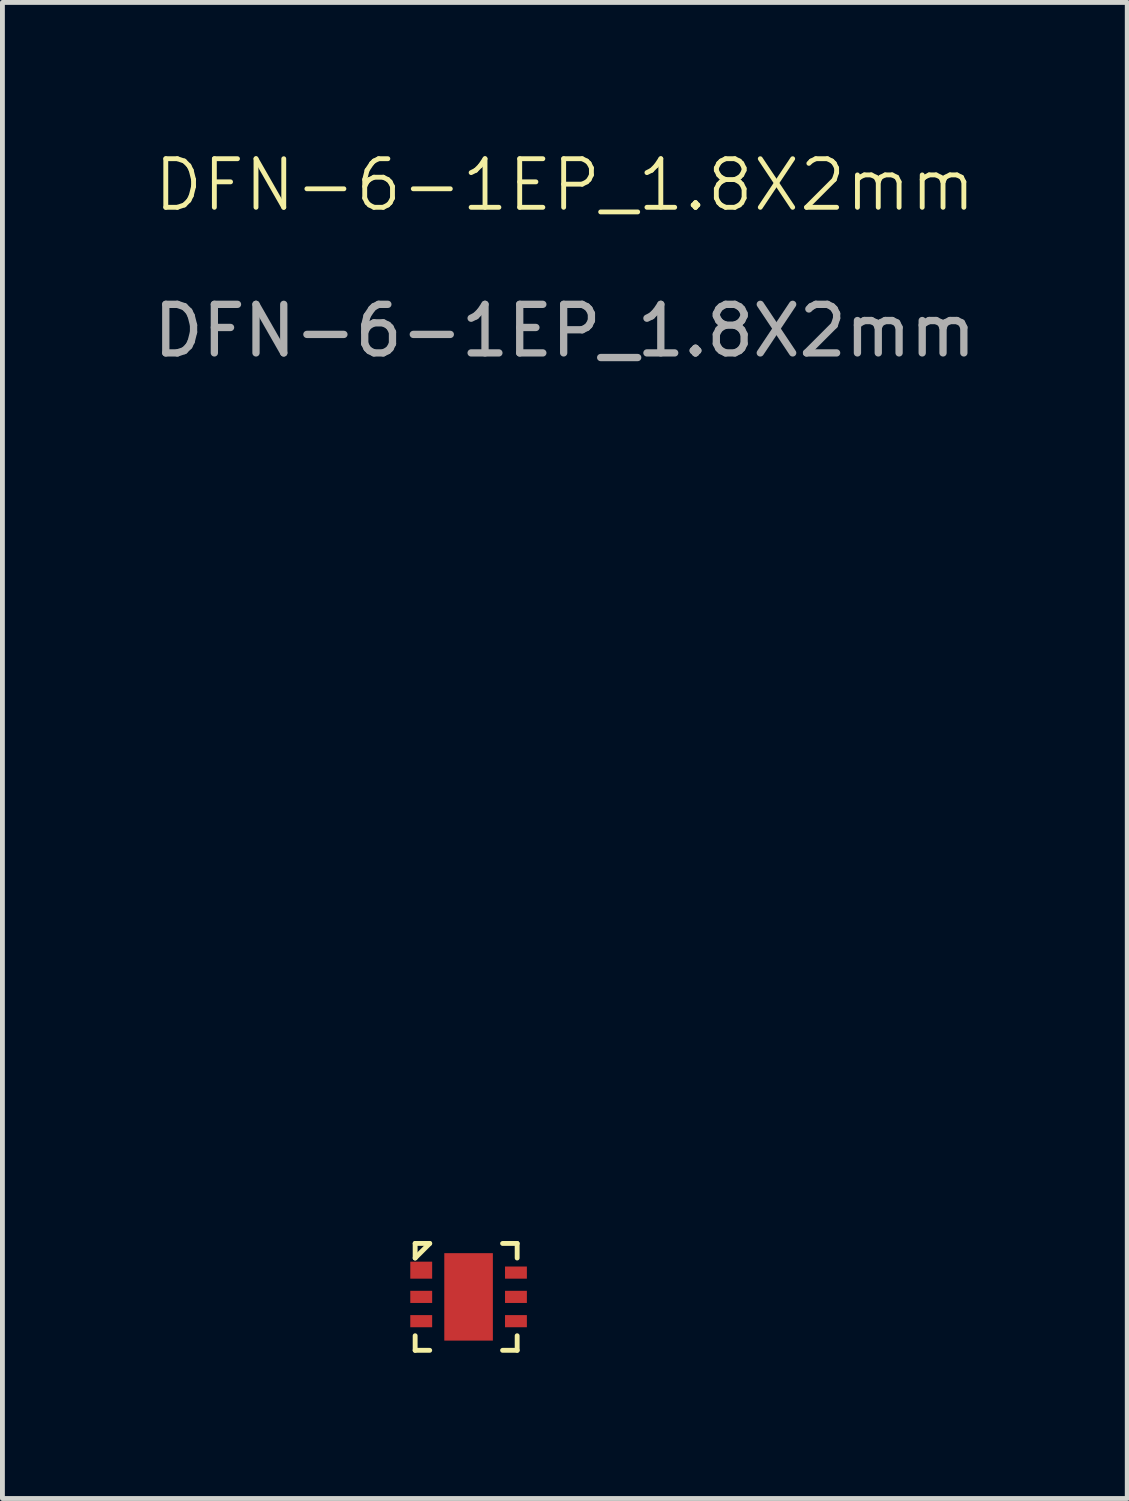
<source format=kicad_pcb>
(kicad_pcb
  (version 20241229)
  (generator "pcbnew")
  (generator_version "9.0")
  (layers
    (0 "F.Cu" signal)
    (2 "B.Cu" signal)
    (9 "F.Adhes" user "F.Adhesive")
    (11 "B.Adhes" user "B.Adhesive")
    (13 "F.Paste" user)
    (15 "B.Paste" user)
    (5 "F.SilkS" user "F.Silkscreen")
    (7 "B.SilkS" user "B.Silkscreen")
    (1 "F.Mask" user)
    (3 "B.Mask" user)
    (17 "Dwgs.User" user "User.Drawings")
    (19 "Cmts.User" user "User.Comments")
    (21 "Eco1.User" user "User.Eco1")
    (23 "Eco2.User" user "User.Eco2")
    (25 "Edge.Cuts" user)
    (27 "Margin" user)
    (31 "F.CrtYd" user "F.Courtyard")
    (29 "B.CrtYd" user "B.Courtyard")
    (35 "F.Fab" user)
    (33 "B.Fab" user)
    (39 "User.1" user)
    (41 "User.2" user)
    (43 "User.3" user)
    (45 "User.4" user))
  (footprint "DFN-6-1EP_1.8X2mm"
    (layer "F.Cu")
    (at 6.596 23.647)
    (property "Reference" "DFN-6-1EP_1.8X2mm" (at 1.981 -22.887 0) (unlocked yes) (layer "F.SilkS") (effects (font (size 1 1) (thickness 0.1))))
    (attr smd)
    (fp_line (start -1.1 -1.1) (end -0.8 -1.1) (stroke (width 0.1) (type default)) (layer "F.SilkS"))
    (fp_line (start -1.1 -0.8) (end -1.1 -1.1) (stroke (width 0.1) (type default)) (layer "F.SilkS"))
    (fp_line (start -1.1 -0.8) (end -0.8 -1.1) (stroke (width 0.1) (type default)) (layer "F.SilkS"))
    (fp_line (start -1.1 1.1) (end -1.1 0.8) (stroke (width 0.1) (type default)) (layer "F.SilkS"))
    (fp_line (start -0.8 1.1) (end -1.1 1.1) (stroke (width 0.1) (type default)) (layer "F.SilkS"))
    (fp_line (start 0.7 -1.1) (end 1 -1.1) (stroke (width 0.1) (type default)) (layer "F.SilkS"))
    (fp_line (start 0.75 -0.375) (end 0.68 -0.375) (stroke (width 0.001) (type default)) (layer "F.SilkS"))
    (fp_line (start 1 -1.1) (end 1 -0.8) (stroke (width 0.1) (type default)) (layer "F.SilkS"))
    (fp_line (start 1 0.8) (end 1 1.1) (stroke (width 0.1) (type default)) (layer "F.SilkS"))
    (fp_line (start 1 1.1) (end 0.7 1.1) (stroke (width 0.1) (type default)) (layer "F.SilkS"))
    (fp_text user "${REFERENCE}" (at 1.981 -19.887 0) (unlocked yes) (layer "F.Fab") (effects (font (size 1 1) (thickness 0.15))))
    (pad "1" smd rect (at -0.975 -0.55) (size 0.45 0.35) (layers "F.Cu" "F.Mask" "F.Paste"))
    (pad "2" smd rect (at -0.975 0) (size 0.45 0.25) (layers "F.Cu" "F.Mask" "F.Paste"))
    (pad "3" smd rect (at -0.975 0.5) (size 0.45 0.25) (layers "F.Cu" "F.Mask" "F.Paste"))
    (pad "4" smd rect (at 0.975 0.5) (size 0.45 0.25) (layers "F.Cu" "F.Mask" "F.Paste"))
    (pad "5" smd rect (at 0.975 0) (size 0.45 0.25) (layers "F.Cu" "F.Mask" "F.Paste"))
    (pad "6" smd rect (at 0.975 -0.5) (size 0.45 0.25) (layers "F.Cu" "F.Mask" "F.Paste"))
    (pad "7" smd rect (at 0 0) (size 1 1.8) (layers "F.Cu" "F.Mask" "F.Paste")))
  (gr_rect
    (start -3 -3)
    (end 20.155 27.797)
    (stroke (width 0.1) (type default))
    (fill no)
    (layer "Edge.Cuts")))
</source>
